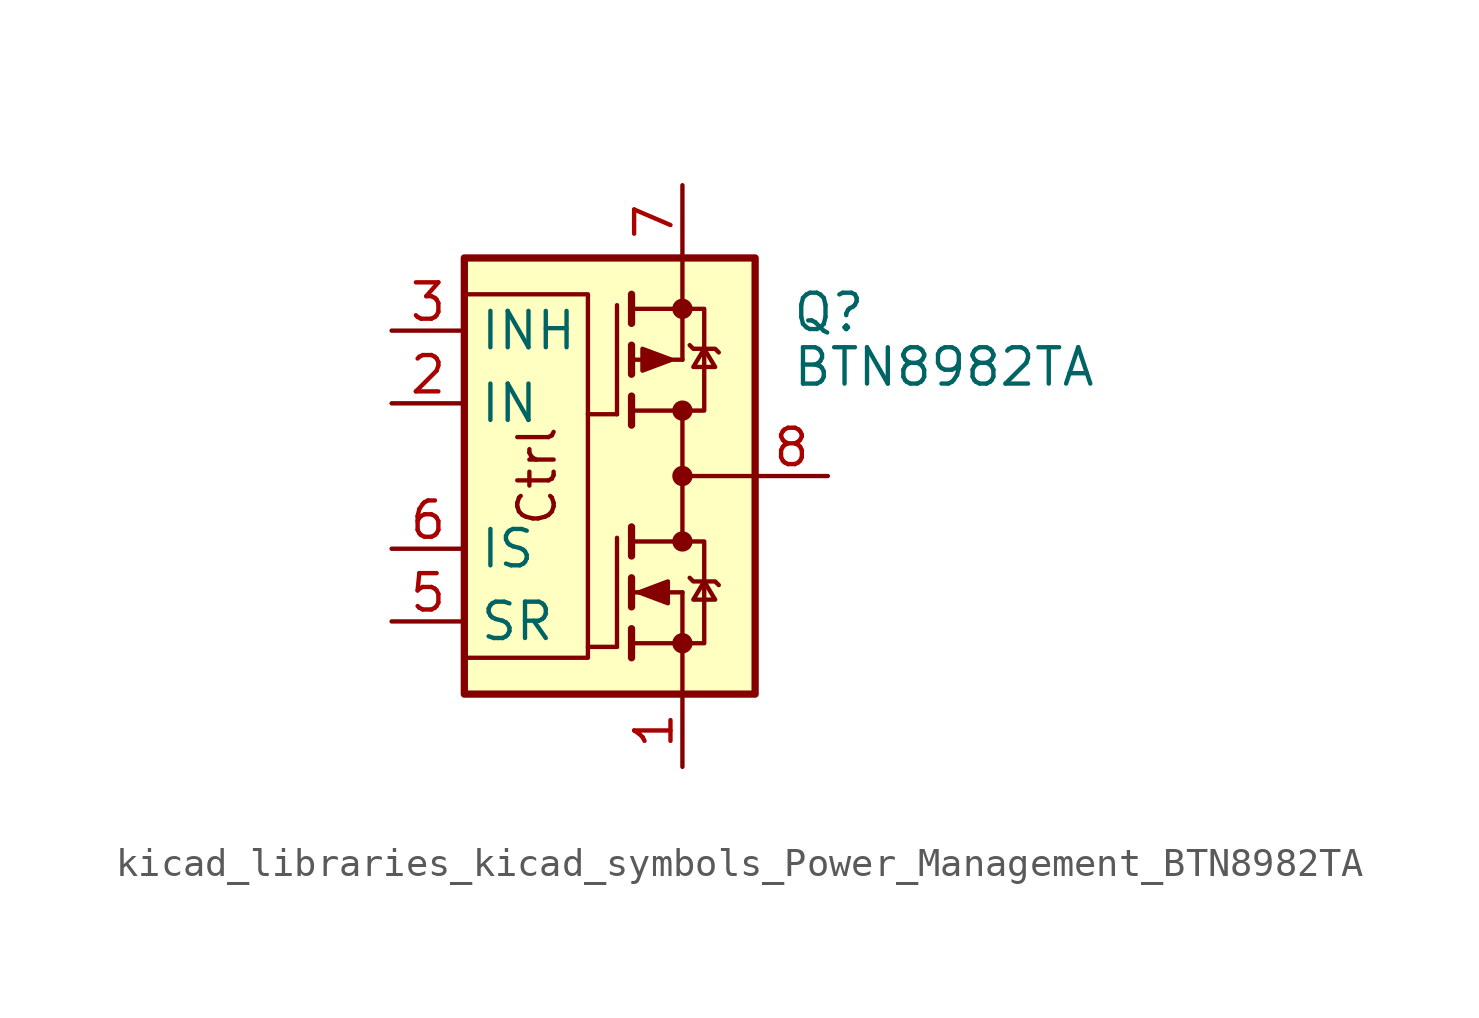
<source format=kicad_sym>
(kicad_symbol_lib
  (version 20220914)
  (generator kicad_symbol_editor)
  (symbol "kicad_libraries_kicad_symbols_Power_Management_BTN8982TA"
    (property "Reference" "Q"
      (at 6.35 5.715 0)
      (effects (font (size 1.27 1.27)) (justify left)))
    (property "Value" "BTN8982TA"
      (at 6.35 3.81 0)
      (effects (font (size 1.27 1.27)) (justify left)))
    (symbol "kicad_libraries_kicad_symbols_Power_Management_BTN8982TA_0_1"
      (rectangle (start -5.08 7.62) (end 5.08 -7.62) (stroke (width 0.254) (type default)) (fill (type background)))
      (polyline (pts (xy 0.254 -5.969) (xy -0.762 -5.969)) (stroke (width 0) (type default)) (fill (type none)))
      (polyline (pts (xy 0.254 2.159) (xy -0.762 2.159)) (stroke (width 0) (type default)) (fill (type none)))
      (polyline (pts (xy 2.54 0) (xy 5.08 0)) (stroke (width 0) (type default)) (fill (type none)))
      (polyline (pts (xy 2.54 2.286) (xy 2.54 -2.286)) (stroke (width 0) (type default)) (fill (type none)))
      (polyline (pts (xy 2.54 -5.842) (xy 2.54 -7.62) (xy 2.54 -6.858)) (stroke (width 0) (type default)) (fill (type none)))
      (polyline (pts (xy -5.08 6.35) (xy -0.762 6.35) (xy -0.762 -6.35) (xy -5.08 -6.35)) (stroke (width 0) (type default)) (fill (type none))))
    (symbol "kicad_libraries_kicad_symbols_Power_Management_BTN8982TA_1_0"
      (text "Ctrl" (at -2.54 0 900) (effects (font (size 1.27 1.27)))))
    (symbol "kicad_libraries_kicad_symbols_Power_Management_BTN8982TA_1_1"
      (polyline (pts (xy 0.762 -5.842) (xy 2.54 -5.842)) (stroke (width 0) (type default)) (fill (type none)))
      (polyline (pts (xy 0.762 -5.334) (xy 0.762 -6.35)) (stroke (width 0.254) (type default)) (fill (type none)))
      (polyline (pts (xy 0.762 -4.064) (xy 2.54 -4.064)) (stroke (width 0) (type default)) (fill (type none)))
      (polyline (pts (xy 0.762 -3.556) (xy 0.762 -4.572)) (stroke (width 0.254) (type default)) (fill (type none)))
      (polyline (pts (xy 0.762 -2.286) (xy 2.54 -2.286)) (stroke (width 0) (type default)) (fill (type none)))
      (polyline (pts (xy 0.762 -1.778) (xy 0.762 -2.794)) (stroke (width 0.254) (type default)) (fill (type none)))
      (polyline (pts (xy 0.762 2.286) (xy 2.54 2.286)) (stroke (width 0) (type default)) (fill (type none)))
      (polyline (pts (xy 0.762 2.794) (xy 0.762 1.778)) (stroke (width 0.254) (type default)) (fill (type none)))
      (polyline (pts (xy 0.762 4.064) (xy 2.54 4.064)) (stroke (width 0) (type default)) (fill (type none)))
      (polyline (pts (xy 0.762 4.572) (xy 0.762 3.556)) (stroke (width 0.254) (type default)) (fill (type none)))
      (polyline (pts (xy 0.762 5.842) (xy 2.54 5.842)) (stroke (width 0) (type default)) (fill (type none)))
      (polyline (pts (xy 0.762 6.35) (xy 0.762 5.334)) (stroke (width 0.254) (type default)) (fill (type none)))
      (polyline (pts (xy 2.54 -5.842) (xy 2.54 -4.064)) (stroke (width 0) (type default)) (fill (type none)))
      (polyline (pts (xy 2.54 4.064) (xy 2.54 5.842)) (stroke (width 0) (type default)) (fill (type none)))
      (polyline (pts (xy 2.54 7.62) (xy 2.54 5.842)) (stroke (width 0) (type default)) (fill (type none)))
      (polyline (pts (xy 0.254 -2.159) (xy 0.254 -5.969) (xy 0.254 -5.969)) (stroke (width 0) (type default)) (fill (type none)))
      (polyline (pts (xy 0.254 5.969) (xy 0.254 2.159) (xy 0.254 2.159)) (stroke (width 0) (type default)) (fill (type none)))
      (polyline (pts (xy 1.016 -4.064) (xy 2.032 -3.683) (xy 2.032 -4.445) (xy 1.016 -4.064)) (stroke (width 0) (type default)) (fill (type outline)))
      (polyline (pts (xy 2.159 4.064) (xy 1.143 3.683) (xy 1.143 4.445) (xy 2.159 4.064)) (stroke (width 0) (type default)) (fill (type outline)))
      (polyline (pts (xy 2.54 -5.842) (xy 3.302 -5.842) (xy 3.302 -2.286) (xy 2.54 -2.286)) (stroke (width 0) (type default)) (fill (type none)))
      (polyline (pts (xy 2.54 2.286) (xy 3.302 2.286) (xy 3.302 5.842) (xy 2.54 5.842)) (stroke (width 0) (type default)) (fill (type none)))
      (polyline (pts (xy 2.794 -3.556) (xy 2.921 -3.683) (xy 3.683 -3.683) (xy 3.81 -3.81)) (stroke (width 0) (type default)) (fill (type none)))
      (polyline (pts (xy 2.794 4.572) (xy 2.921 4.445) (xy 3.683 4.445) (xy 3.81 4.318)) (stroke (width 0) (type default)) (fill (type none)))
      (polyline (pts (xy 3.302 -3.683) (xy 2.921 -4.318) (xy 3.683 -4.318) (xy 3.302 -3.683)) (stroke (width 0) (type default)) (fill (type none)))
      (polyline (pts (xy 3.302 4.445) (xy 2.921 3.81) (xy 3.683 3.81) (xy 3.302 4.445)) (stroke (width 0) (type default)) (fill (type none)))
      (circle (center 2.54 -5.842) (radius 0.279) (stroke (width 0) (type default)) (fill (type outline)))
      (circle (center 2.54 -2.286) (radius 0.279) (stroke (width 0) (type default)) (fill (type outline)))
      (circle (center 2.54 0) (radius 0.279) (stroke (width 0) (type default)) (fill (type outline)))
      (circle (center 2.54 2.286) (radius 0.279) (stroke (width 0) (type default)) (fill (type outline)))
      (circle (center 2.54 5.842) (radius 0.279) (stroke (width 0) (type default)) (fill (type outline)))
      (pin power_in line (at 2.54 -10.16 90) (length 2.54) (name "~" (effects (font (size 1.27 1.27)))) (number "1" (effects (font (size 1.27 1.27)))))
      (pin input line (at -7.62 2.54 0) (length 2.54) (name "IN" (effects (font (size 1.27 1.27)))) (number "2" (effects (font (size 1.27 1.27)))))
      (pin input line (at -7.62 5.08 0) (length 2.54) (name "INH" (effects (font (size 1.27 1.27)))) (number "3" (effects (font (size 1.27 1.27)))))
      (pin passive line (at 7.62 0 180) (length 2.54) hide (name "~" (effects (font (size 1.27 1.27)))) (number "4" (effects (font (size 1.27 1.27)))))
      (pin input line (at -7.62 -5.08 0) (length 2.54) (name "SR" (effects (font (size 1.27 1.27)))) (number "5" (effects (font (size 1.27 1.27)))))
      (pin output line (at -7.62 -2.54 0) (length 2.54) (name "IS" (effects (font (size 1.27 1.27)))) (number "6" (effects (font (size 1.27 1.27)))))
      (pin power_in line (at 2.54 10.16 270) (length 2.54) (name "~" (effects (font (size 1.27 1.27)))) (number "7" (effects (font (size 1.27 1.27)))))
      (pin passive line (at 7.62 0 180) (length 2.54) (name "~" (effects (font (size 1.27 1.27)))) (number "8" (effects (font (size 1.27 1.27))))))))
</source>
